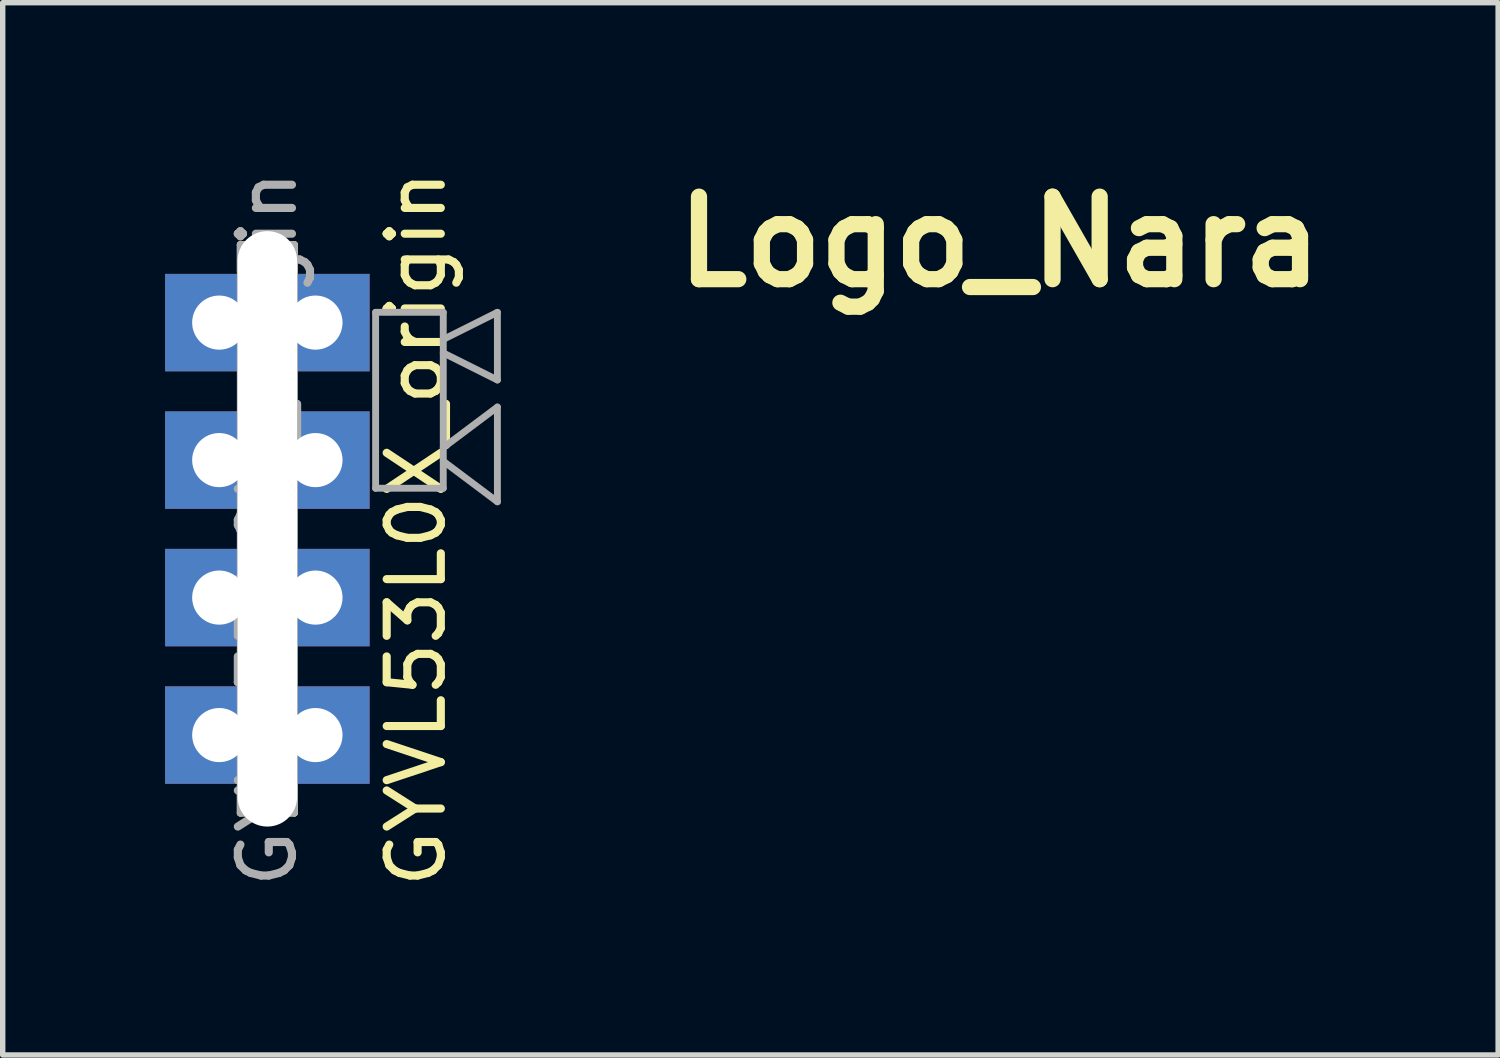
<source format=kicad_pcb>
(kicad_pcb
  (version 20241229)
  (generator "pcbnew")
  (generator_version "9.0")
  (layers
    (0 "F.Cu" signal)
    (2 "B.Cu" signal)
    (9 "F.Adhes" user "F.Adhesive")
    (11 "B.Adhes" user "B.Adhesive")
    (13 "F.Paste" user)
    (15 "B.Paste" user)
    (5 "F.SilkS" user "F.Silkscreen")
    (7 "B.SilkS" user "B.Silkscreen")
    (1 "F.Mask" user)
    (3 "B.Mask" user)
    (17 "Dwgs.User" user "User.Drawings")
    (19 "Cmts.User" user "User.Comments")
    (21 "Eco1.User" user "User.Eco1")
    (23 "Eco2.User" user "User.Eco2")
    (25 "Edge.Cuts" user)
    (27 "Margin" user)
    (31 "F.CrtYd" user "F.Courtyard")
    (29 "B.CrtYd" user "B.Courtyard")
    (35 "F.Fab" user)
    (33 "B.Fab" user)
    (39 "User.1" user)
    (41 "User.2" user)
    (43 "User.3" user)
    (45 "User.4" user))
  (footprint "Logo_Nara"
    (layer "F.Cu")
    (at 15.415 1.418)
    (property "Reference" "Logo_Nara" (at 0 0 0) (layer "F.SilkS") (effects (font (size 1.524 1.524) (thickness 0.3))))
    (attr through_hole)
    (fp_poly (pts (xy -2.794 -1.37) (xy -2.705 -1.369) (xy -2.602 -1.367) (xy -2.522 -1.366) (xy -2.46 -1.364) (xy -2.412 -1.361) (xy -2.376 -1.357) (xy -2.348 -1.352) (xy -2.324 -1.346) (xy -2.301 -1.337) (xy -2.296 -1.335) (xy -2.214 -1.29) (xy -2.145 -1.225) (xy -2.092 -1.147) (xy -2.08 -1.121) (xy -2.051 -1.048) (xy -2.044 1.156) (xy -2.578 1.156) (xy -2.578 0.104) (xy -2.578 -0.085) (xy -2.578 -0.249) (xy -2.578 -0.391) (xy -2.579 -0.513) (xy -2.579 -0.616) (xy -2.58 -0.702) (xy -2.581 -0.772) (xy -2.582 -0.828) (xy -2.584 -0.872) (xy -2.585 -0.905) (xy -2.588 -0.93) (xy -2.59 -0.947) (xy -2.594 -0.958) (xy -2.597 -0.965) (xy -2.601 -0.97) (xy -2.601 -0.97) (xy -2.618 -0.98) (xy -2.644 -0.986) (xy -2.686 -0.99) (xy -2.747 -0.991) (xy -2.754 -0.991) (xy -2.785 -0.992) (xy -2.813 -0.994) (xy -2.837 -0.995) (xy -2.858 -0.994) (xy -2.876 -0.99) (xy -2.89 -0.98) (xy -2.902 -0.963) (xy -2.912 -0.938) (xy -2.92 -0.903) (xy -2.925 -0.857) (xy -2.929 -0.798) (xy -2.932 -0.724) (xy -2.934 -0.634) (xy -2.934 -0.526) (xy -2.934 -0.399) (xy -2.934 -0.252) (xy -2.934 -0.082) (xy -2.934 0.108) (xy -2.934 1.156) (xy -3.467 1.156) (xy -3.467 0.11) (xy -3.467 -0.108) (xy -3.466 -0.303) (xy -3.466 -0.475) (xy -3.464 -0.624) (xy -3.463 -0.75) (xy -3.461 -0.851) (xy -3.459 -0.929) (xy -3.456 -0.981) (xy -3.454 -1.008) (xy -3.424 -1.115) (xy -3.379 -1.202) (xy -3.318 -1.27) (xy -3.238 -1.32) (xy -3.14 -1.354) (xy -3.117 -1.359) (xy -3.072 -1.364) (xy -3.004 -1.368) (xy -2.911 -1.37) (xy -2.794 -1.37)) (stroke (width 0.01) (type solid)) (fill yes) (layer "F.Mask"))
    (fp_poly (pts (xy 0.821 -1.333) (xy 0.943 -1.332) (xy 1.05 -1.33) (xy 1.138 -1.328) (xy 1.205 -1.325) (xy 1.251 -1.322) (xy 1.264 -1.32) (xy 1.366 -1.29) (xy 1.45 -1.241) (xy 1.518 -1.173) (xy 1.569 -1.086) (xy 1.577 -1.068) (xy 1.587 -1.041) (xy 1.594 -1.013) (xy 1.599 -0.98) (xy 1.603 -0.937) (xy 1.606 -0.881) (xy 1.609 -0.806) (xy 1.61 -0.735) (xy 1.611 -0.624) (xy 1.61 -0.531) (xy 1.607 -0.459) (xy 1.602 -0.41) (xy 1.601 -0.403) (xy 1.574 -0.323) (xy 1.532 -0.252) (xy 1.478 -0.196) (xy 1.457 -0.181) (xy 1.402 -0.147) (xy 1.459 -0.108) (xy 1.518 -0.054) (xy 1.549 -0.007) (xy 1.581 0.056) (xy 1.585 0.606) (xy 1.589 1.156) (xy 1.054 1.156) (xy 1.054 0.672) (xy 1.054 0.535) (xy 1.053 0.417) (xy 1.051 0.321) (xy 1.049 0.246) (xy 1.046 0.195) (xy 1.042 0.168) (xy 1.041 0.164) (xy 1.033 0.154) (xy 1.02 0.147) (xy 0.998 0.143) (xy 0.961 0.141) (xy 0.905 0.14) (xy 0.87 0.14) (xy 0.711 0.14) (xy 0.711 1.156) (xy 0.178 1.156) (xy 0.178 -0.965) (xy 0.711 -0.965) (xy 0.711 -0.241) (xy 0.876 -0.241) (xy 0.943 -0.242) (xy 0.99 -0.243) (xy 1.021 -0.246) (xy 1.04 -0.251) (xy 1.052 -0.259) (xy 1.06 -0.27) (xy 1.067 -0.293) (xy 1.073 -0.336) (xy 1.077 -0.396) (xy 1.08 -0.468) (xy 1.082 -0.547) (xy 1.082 -0.629) (xy 1.081 -0.71) (xy 1.078 -0.785) (xy 1.074 -0.851) (xy 1.069 -0.902) (xy 1.062 -0.934) (xy 1.058 -0.942) (xy 1.047 -0.952) (xy 1.029 -0.958) (xy 1.001 -0.962) (xy 0.958 -0.964) (xy 0.896 -0.965) (xy 0.874 -0.965) (xy 0.711 -0.965) (xy 0.178 -0.965) (xy 0.178 -1.333) (xy 0.683 -1.333) (xy 0.821 -1.333)) (stroke (width 0.01) (type solid)) (fill yes) (layer "F.Mask"))
    (fp_poly (pts (xy -0.841 -1.365) (xy -0.751 -1.365) (xy -0.681 -1.364) (xy -0.627 -1.363) (xy -0.586 -1.361) (xy -0.555 -1.357) (xy -0.53 -1.353) (xy -0.509 -1.347) (xy -0.489 -1.339) (xy -0.48 -1.336) (xy -0.398 -1.29) (xy -0.328 -1.224) (xy -0.276 -1.146) (xy -0.264 -1.121) (xy -0.235 -1.048) (xy -0.228 1.156) (xy -0.762 1.156) (xy -0.762 0.317) (xy -1.149 0.324) (xy -1.156 1.156) (xy -1.689 1.156) (xy -1.689 0.137) (xy -1.688 -0.033) (xy -1.688 -0.194) (xy -1.687 -0.346) (xy -1.686 -0.487) (xy -1.686 -0.52) (xy -1.156 -0.52) (xy -1.155 -0.42) (xy -1.155 -0.328) (xy -1.154 -0.247) (xy -1.152 -0.181) (xy -1.15 -0.132) (xy -1.149 -0.103) (xy -1.147 -0.097) (xy -1.132 -0.094) (xy -1.096 -0.092) (xy -1.045 -0.09) (xy -0.981 -0.089) (xy -0.95 -0.089) (xy -0.762 -0.089) (xy -0.762 -0.525) (xy -0.762 -0.65) (xy -0.763 -0.752) (xy -0.764 -0.832) (xy -0.766 -0.893) (xy -0.769 -0.937) (xy -0.773 -0.965) (xy -0.777 -0.981) (xy -0.778 -0.982) (xy -0.788 -0.991) (xy -0.803 -0.997) (xy -0.83 -1.001) (xy -0.871 -1.002) (xy -0.932 -1.001) (xy -0.959 -1.001) (xy -1.026 -0.999) (xy -1.072 -0.997) (xy -1.102 -0.993) (xy -1.12 -0.988) (xy -1.131 -0.979) (xy -1.139 -0.967) (xy -1.139 -0.965) (xy -1.144 -0.948) (xy -1.148 -0.918) (xy -1.151 -0.871) (xy -1.153 -0.807) (xy -1.155 -0.723) (xy -1.155 -0.617) (xy -1.156 -0.52) (xy -1.686 -0.52) (xy -1.685 -0.613) (xy -1.684 -0.725) (xy -1.682 -0.819) (xy -1.68 -0.894) (xy -1.678 -0.947) (xy -1.676 -0.977) (xy -1.676 -0.978) (xy -1.657 -1.066) (xy -1.626 -1.148) (xy -1.586 -1.218) (xy -1.539 -1.27) (xy -1.5 -1.297) (xy -1.45 -1.324) (xy -1.422 -1.337) (xy -1.402 -1.345) (xy -1.382 -1.351) (xy -1.359 -1.356) (xy -1.33 -1.36) (xy -1.292 -1.362) (xy -1.242 -1.364) (xy -1.177 -1.365) (xy -1.093 -1.365) (xy -0.989 -1.365) (xy -0.953 -1.365) (xy -0.841 -1.365)) (stroke (width 0.01) (type solid)) (fill yes) (layer "F.Mask"))
    (fp_poly (pts (xy 2.817 -1.365) (xy 2.906 -1.365) (xy 2.976 -1.364) (xy 3.03 -1.363) (xy 3.072 -1.361) (xy 3.103 -1.357) (xy 3.127 -1.353) (xy 3.148 -1.347) (xy 3.169 -1.339) (xy 3.178 -1.336) (xy 3.26 -1.29) (xy 3.33 -1.224) (xy 3.382 -1.146) (xy 3.393 -1.121) (xy 3.423 -1.048) (xy 3.43 1.156) (xy 2.896 1.156) (xy 2.896 0.317) (xy 2.508 0.324) (xy 2.502 1.156) (xy 1.968 1.156) (xy 1.969 0.137) (xy 1.969 -0.033) (xy 1.97 -0.194) (xy 1.97 -0.346) (xy 1.971 -0.487) (xy 1.972 -0.52) (xy 2.502 -0.52) (xy 2.502 -0.42) (xy 2.503 -0.328) (xy 2.504 -0.247) (xy 2.505 -0.181) (xy 2.507 -0.132) (xy 2.509 -0.103) (xy 2.51 -0.097) (xy 2.525 -0.094) (xy 2.561 -0.092) (xy 2.613 -0.09) (xy 2.676 -0.089) (xy 2.707 -0.089) (xy 2.896 -0.089) (xy 2.896 -0.525) (xy 2.895 -0.65) (xy 2.895 -0.752) (xy 2.893 -0.832) (xy 2.891 -0.893) (xy 2.889 -0.937) (xy 2.885 -0.965) (xy 2.881 -0.981) (xy 2.88 -0.982) (xy 2.87 -0.991) (xy 2.854 -0.997) (xy 2.828 -1.001) (xy 2.786 -1.002) (xy 2.725 -1.001) (xy 2.699 -1.001) (xy 2.632 -0.999) (xy 2.585 -0.997) (xy 2.555 -0.993) (xy 2.537 -0.988) (xy 2.527 -0.979) (xy 2.519 -0.967) (xy 2.518 -0.965) (xy 2.514 -0.948) (xy 2.51 -0.918) (xy 2.507 -0.871) (xy 2.505 -0.807) (xy 2.503 -0.723) (xy 2.502 -0.617) (xy 2.502 -0.52) (xy 1.972 -0.52) (xy 1.973 -0.613) (xy 1.974 -0.725) (xy 1.976 -0.819) (xy 1.977 -0.894) (xy 1.979 -0.947) (xy 1.981 -0.977) (xy 1.982 -0.978) (xy 2 -1.066) (xy 2.031 -1.148) (xy 2.072 -1.218) (xy 2.118 -1.27) (xy 2.158 -1.297) (xy 2.208 -1.324) (xy 2.235 -1.337) (xy 2.256 -1.345) (xy 2.276 -1.351) (xy 2.299 -1.356) (xy 2.328 -1.36) (xy 2.366 -1.362) (xy 2.416 -1.364) (xy 2.481 -1.365) (xy 2.564 -1.365) (xy 2.669 -1.365) (xy 2.705 -1.365) (xy 2.817 -1.365)) (stroke (width 0.01) (type solid)) (fill yes) (layer "F.Mask")))
  (footprint "GYVL53L0X_origin"
    (layer "F.Cu")
    (at 1.889 6.72)
    (property "Reference" "GYVL53L0X_origin" (at 2.75 0 90) (layer "F.SilkS") (effects (font (size 1 1) (thickness 0.15))))
    (attr through_hole)
    (fp_line (start -0.5 -5.25) (end 0.5 -5.25) (stroke (width 0.127) (type solid)) (layer "F.SilkS"))
    (fp_line (start -0.5 -4.75) (end -0.5 -5.25) (stroke (width 0.127) (type solid)) (layer "F.SilkS"))
    (fp_line (start -0.5 4.75) (end -0.5 5.25) (stroke (width 0.127) (type solid)) (layer "F.SilkS"))
    (fp_line (start -0.5 5.25) (end 0.5 5.25) (stroke (width 0.127) (type solid)) (layer "F.SilkS"))
    (fp_line (start 0.5 -5.25) (end 0.5 -4.75) (stroke (width 0.127) (type solid)) (layer "F.SilkS"))
    (fp_line (start 0.5 5.25) (end 0.5 4.75) (stroke (width 0.127) (type solid)) (layer "F.SilkS"))
    (fp_line (start -0.5 -5.25) (end 0.5 -5.25) (stroke (width 0.127) (type solid)) (layer "F.Fab"))
    (fp_line (start -0.5 5.25) (end -0.5 -5.25) (stroke (width 0.127) (type solid)) (layer "F.Fab"))
    (fp_line (start 0.5 -5.25) (end 0.5 5.25) (stroke (width 0.127) (type solid)) (layer "F.Fab"))
    (fp_line (start 0.5 5.25) (end -0.5 5.25) (stroke (width 0.127) (type solid)) (layer "F.Fab"))
    (fp_line (start 2 -4) (end 2 -0.75) (stroke (width 0.127) (type solid)) (layer "F.Fab"))
    (fp_line (start 2 -0.75) (end 3.25 -0.75) (stroke (width 0.127) (type solid)) (layer "F.Fab"))
    (fp_line (start 3.25 -4) (end 2 -4) (stroke (width 0.127) (type solid)) (layer "F.Fab"))
    (fp_line (start 3.25 -3.5) (end 4.25 -4) (stroke (width 0.127) (type solid)) (layer "F.Fab"))
    (fp_line (start 3.25 -1.5) (end 4.25 -2.25) (stroke (width 0.127) (type solid)) (layer "F.Fab"))
    (fp_line (start 3.25 -1.25) (end 4.25 -0.5) (stroke (width 0.127) (type solid)) (layer "F.Fab"))
    (fp_line (start 3.25 -0.75) (end 3.25 -4) (stroke (width 0.127) (type solid)) (layer "F.Fab"))
    (fp_line (start 4.25 -4) (end 4.25 -2.75) (stroke (width 0.127) (type solid)) (layer "F.Fab"))
    (fp_line (start 4.25 -2.75) (end 3.25 -3.25) (stroke (width 0.127) (type solid)) (layer "F.Fab"))
    (fp_line (start 4.25 -2.25) (end 4.25 -0.5) (stroke (width 0.127) (type solid)) (layer "F.Fab"))
    (fp_text user "${REFERENCE}" (at 0 0 90) (layer "F.Fab") (effects (font (size 1 1) (thickness 0.15))))
    (pad "" np_thru_hole oval (at 0 0) (size 1.1 11) (drill oval 1.1 11) (layers "*.Cu" "*.Mask"))
    (pad "" thru_hole rect (at 0.889 -3.81) (size 2 1.8) (drill 1) (layers "*.Cu" "*.Mask"))
    (pad "" thru_hole rect (at 0.889 -1.27) (size 2 1.8) (drill 1) (layers "*.Cu" "*.Mask"))
    (pad "" thru_hole rect (at 0.889 1.27) (size 2 1.8) (drill 1) (layers "*.Cu" "*.Mask"))
    (pad "" thru_hole rect (at 0.889 3.81) (size 2 1.8) (drill 1) (layers "*.Cu" "*.Mask"))
    (pad "1" thru_hole rect (at -0.889 -3.81) (size 2 1.8) (drill 1) (layers "*.Cu" "*.Mask"))
    (pad "2" thru_hole rect (at -0.889 -1.27) (size 2 1.8) (drill 1) (layers "*.Cu" "*.Mask"))
    (pad "3" thru_hole rect (at -0.889 1.27) (size 2 1.8) (drill 1) (layers "*.Cu" "*.Mask"))
    (pad "4" thru_hole rect (at -0.889 3.81) (size 2 1.8) (drill 1) (layers "*.Cu" "*.Mask")))
  (gr_rect
    (start -3 -3)
    (end 24.627 16.44)
    (stroke (width 0.1) (type default))
    (fill no)
    (layer "Edge.Cuts")))
</source>
